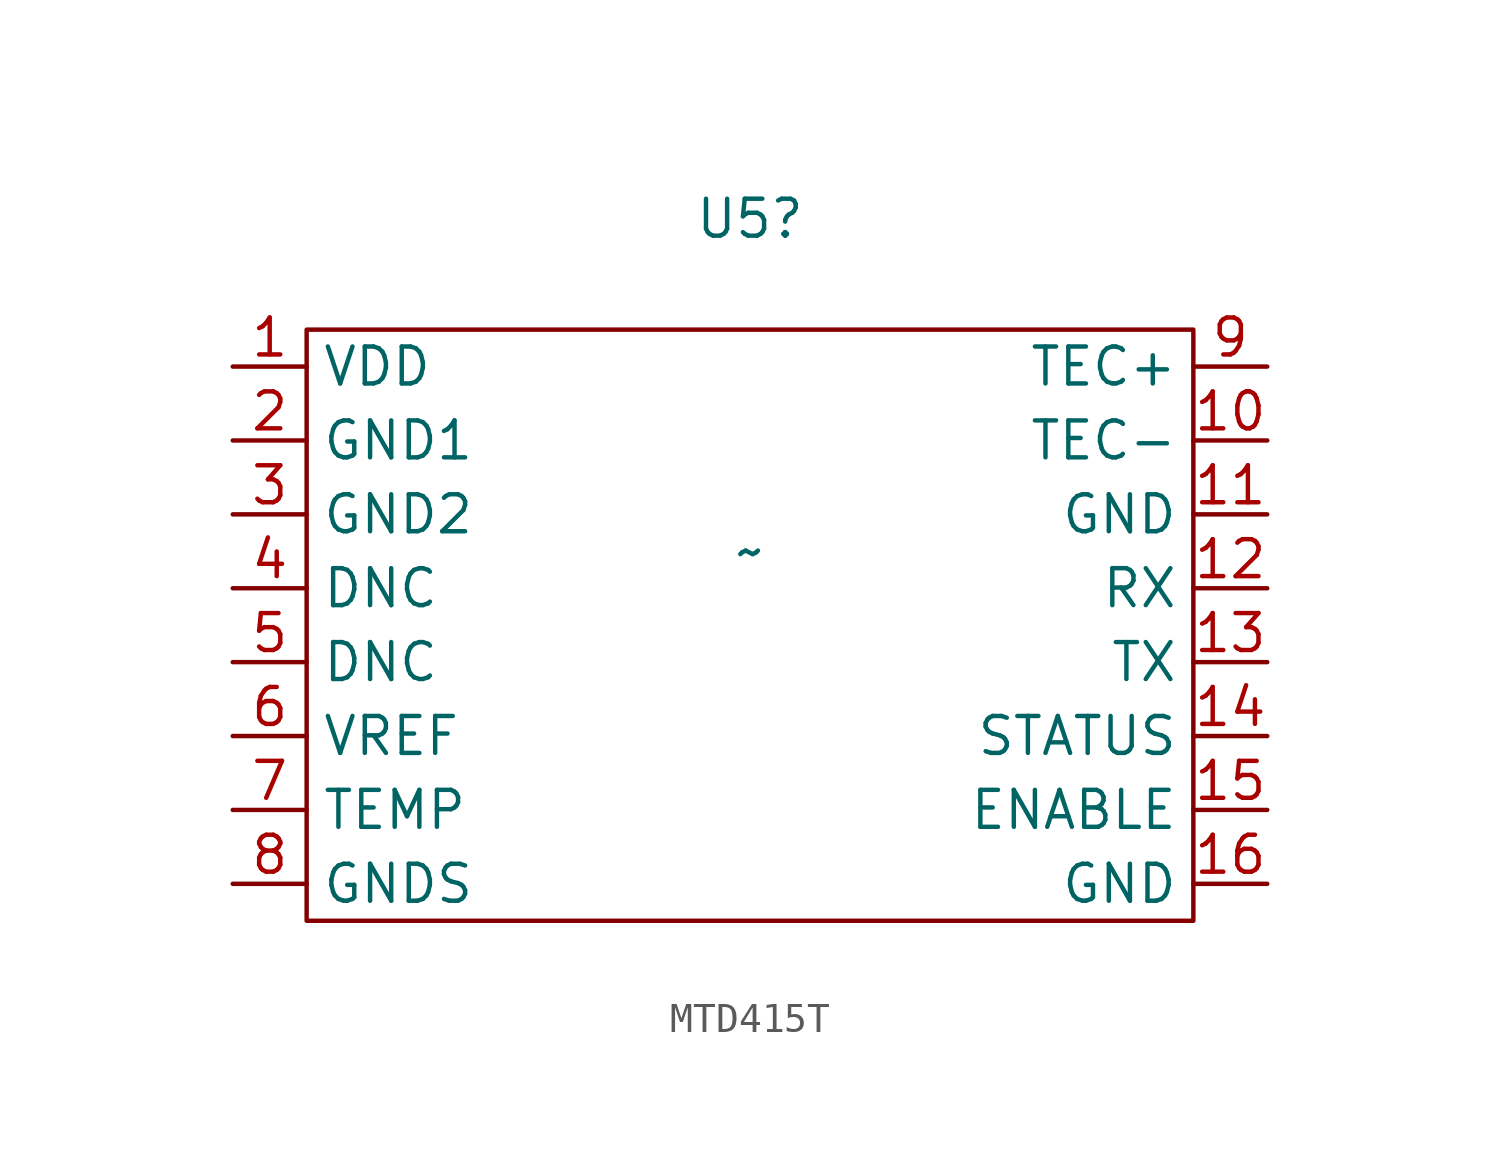
<source format=kicad_sym>
(kicad_symbol_lib
  (version 20231120)
  (generator "kicad_symbol_editor")
  (generator_version "8.0")
  (symbol "MTD415T"
    (property "Reference" "U5"
      (at 0 11.43 0)
      (effects (font (size 1.27 1.27))))
    (property "Value" "~"
      (at 0 0 0)
      (effects (font (size 1.27 1.27))))
    (symbol "MTD415T_0_1"
      (rectangle (start -15.24 7.62) (end 15.24 -12.7) (stroke (width 0) (type default)) (fill (type none))))
    (symbol "MTD415T_1_1"
      (pin input line (at -17.78 6.35 0) (length 2.54) (name "VDD" (effects (font (size 1.27 1.27)))) (number "1" (effects (font (size 1.27 1.27)))))
      (pin input line (at 17.78 3.81 180) (length 2.54) (name "TEC-" (effects (font (size 1.27 1.27)))) (number "10" (effects (font (size 1.27 1.27)))))
      (pin input line (at 17.78 1.27 180) (length 2.54) (name "GND" (effects (font (size 1.27 1.27)))) (number "11" (effects (font (size 1.27 1.27)))))
      (pin input line (at 17.78 -1.27 180) (length 2.54) (name "RX" (effects (font (size 1.27 1.27)))) (number "12" (effects (font (size 1.27 1.27)))))
      (pin input line (at 17.78 -3.81 180) (length 2.54) (name "TX" (effects (font (size 1.27 1.27)))) (number "13" (effects (font (size 1.27 1.27)))))
      (pin input line (at 17.78 -6.35 180) (length 2.54) (name "STATUS" (effects (font (size 1.27 1.27)))) (number "14" (effects (font (size 1.27 1.27)))))
      (pin input line (at 17.78 -8.89 180) (length 2.54) (name "ENABLE" (effects (font (size 1.27 1.27)))) (number "15" (effects (font (size 1.27 1.27)))))
      (pin input line (at 17.78 -11.43 180) (length 2.54) (name "GND" (effects (font (size 1.27 1.27)))) (number "16" (effects (font (size 1.27 1.27)))))
      (pin input line (at -17.78 3.81 0) (length 2.54) (name "GND1" (effects (font (size 1.27 1.27)))) (number "2" (effects (font (size 1.27 1.27)))))
      (pin input line (at -17.78 1.27 0) (length 2.54) (name "GND2" (effects (font (size 1.27 1.27)))) (number "3" (effects (font (size 1.27 1.27)))))
      (pin input line (at -17.78 -1.27 0) (length 2.54) (name "DNC" (effects (font (size 1.27 1.27)))) (number "4" (effects (font (size 1.27 1.27)))))
      (pin input line (at -17.78 -3.81 0) (length 2.54) (name "DNC" (effects (font (size 1.27 1.27)))) (number "5" (effects (font (size 1.27 1.27)))))
      (pin input line (at -17.78 -6.35 0) (length 2.54) (name "VREF" (effects (font (size 1.27 1.27)))) (number "6" (effects (font (size 1.27 1.27)))))
      (pin input line (at -17.78 -8.89 0) (length 2.54) (name "TEMP" (effects (font (size 1.27 1.27)))) (number "7" (effects (font (size 1.27 1.27)))))
      (pin input line (at -17.78 -11.43 0) (length 2.54) (name "GNDS" (effects (font (size 1.27 1.27)))) (number "8" (effects (font (size 1.27 1.27)))))
      (pin input line (at 17.78 6.35 180) (length 2.54) (name "TEC+" (effects (font (size 1.27 1.27)))) (number "9" (effects (font (size 1.27 1.27))))))))
</source>
